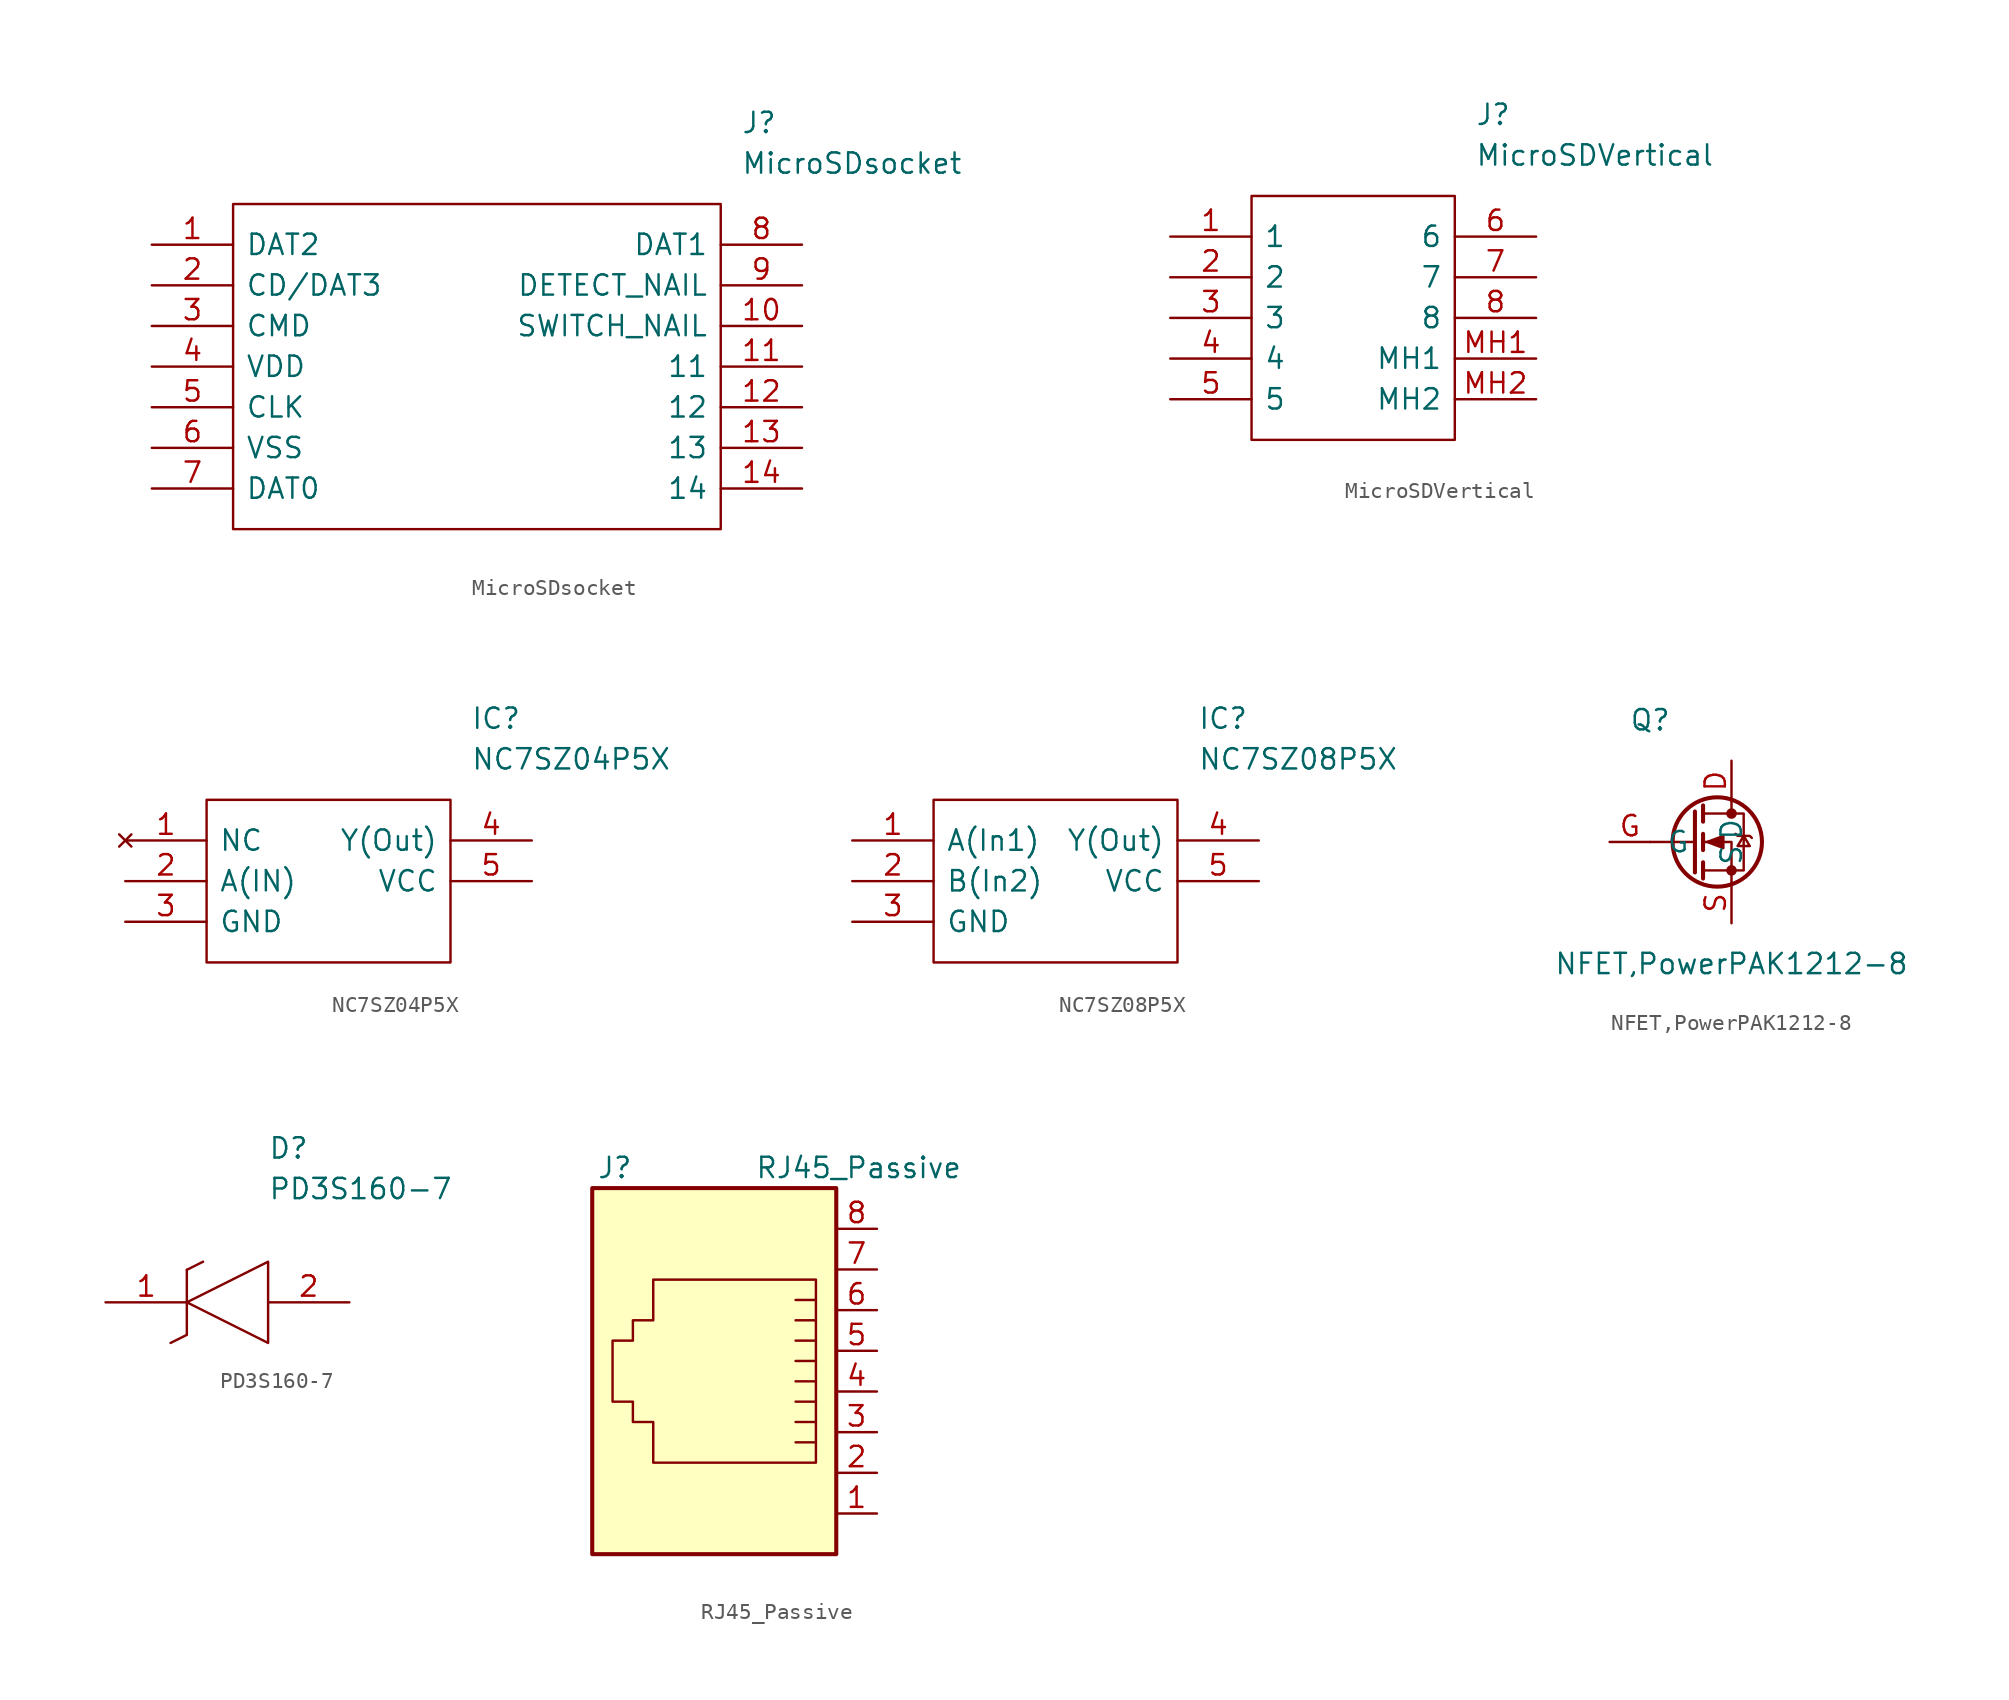
<source format=kicad_sym>
(kicad_symbol_lib
  (version 20220914)
  (generator kicad_symbol_editor)
  (symbol "MicroSDsocket"
    (pin_names
      (offset 0.762))
    (property "Reference" "J"
      (at 36.83 7.62 0)
      (effects (font (size 1.27 1.27)) (justify left)))
    (property "Value" "MicroSDsocket"
      (at 36.83 5.08 0)
      (effects (font (size 1.27 1.27)) (justify left)))
    (symbol "MicroSDsocket_0_0"
      (pin passive line (at 0 0 0) (length 5.08) (name "DAT2" (effects (font (size 1.27 1.27)))) (number "1" (effects (font (size 1.27 1.27)))))
      (pin passive line (at 40.64 -5.08 180) (length 5.08) (name "SWITCH_NAIL" (effects (font (size 1.27 1.27)))) (number "10" (effects (font (size 1.27 1.27)))))
      (pin passive line (at 40.64 -7.62 180) (length 5.08) (name "11" (effects (font (size 1.27 1.27)))) (number "11" (effects (font (size 1.27 1.27)))))
      (pin passive line (at 40.64 -10.16 180) (length 5.08) (name "12" (effects (font (size 1.27 1.27)))) (number "12" (effects (font (size 1.27 1.27)))))
      (pin passive line (at 40.64 -12.7 180) (length 5.08) (name "13" (effects (font (size 1.27 1.27)))) (number "13" (effects (font (size 1.27 1.27)))))
      (pin passive line (at 40.64 -15.24 180) (length 5.08) (name "14" (effects (font (size 1.27 1.27)))) (number "14" (effects (font (size 1.27 1.27)))))
      (pin passive line (at 0 -2.54 0) (length 5.08) (name "CD/DAT3" (effects (font (size 1.27 1.27)))) (number "2" (effects (font (size 1.27 1.27)))))
      (pin passive line (at 0 -5.08 0) (length 5.08) (name "CMD" (effects (font (size 1.27 1.27)))) (number "3" (effects (font (size 1.27 1.27)))))
      (pin passive line (at 0 -7.62 0) (length 5.08) (name "VDD" (effects (font (size 1.27 1.27)))) (number "4" (effects (font (size 1.27 1.27)))))
      (pin passive line (at 0 -10.16 0) (length 5.08) (name "CLK" (effects (font (size 1.27 1.27)))) (number "5" (effects (font (size 1.27 1.27)))))
      (pin passive line (at 0 -12.7 0) (length 5.08) (name "VSS" (effects (font (size 1.27 1.27)))) (number "6" (effects (font (size 1.27 1.27)))))
      (pin passive line (at 0 -15.24 0) (length 5.08) (name "DAT0" (effects (font (size 1.27 1.27)))) (number "7" (effects (font (size 1.27 1.27)))))
      (pin passive line (at 40.64 0 180) (length 5.08) (name "DAT1" (effects (font (size 1.27 1.27)))) (number "8" (effects (font (size 1.27 1.27)))))
      (pin passive line (at 40.64 -2.54 180) (length 5.08) (name "DETECT_NAIL" (effects (font (size 1.27 1.27)))) (number "9" (effects (font (size 1.27 1.27))))))
    (symbol "MicroSDsocket_0_1"
      (polyline (pts (xy 5.08 2.54) (xy 35.56 2.54) (xy 35.56 -17.78) (xy 5.08 -17.78) (xy 5.08 2.54)) (stroke (width 0.152) (type default)) (fill (type none)))))
  (symbol "MicroSDVertical"
    (pin_names
      (offset 0.762))
    (property "Reference" "J"
      (at 19.05 7.62 0)
      (effects (font (size 1.27 1.27)) (justify left)))
    (property "Value" "MicroSDVertical"
      (at 19.05 5.08 0)
      (effects (font (size 1.27 1.27)) (justify left)))
    (symbol "MicroSDVertical_0_0"
      (pin passive line (at 0 0 0) (length 5.08) (name "1" (effects (font (size 1.27 1.27)))) (number "1" (effects (font (size 1.27 1.27)))))
      (pin passive line (at 0 -2.54 0) (length 5.08) (name "2" (effects (font (size 1.27 1.27)))) (number "2" (effects (font (size 1.27 1.27)))))
      (pin passive line (at 0 -5.08 0) (length 5.08) (name "3" (effects (font (size 1.27 1.27)))) (number "3" (effects (font (size 1.27 1.27)))))
      (pin passive line (at 0 -7.62 0) (length 5.08) (name "4" (effects (font (size 1.27 1.27)))) (number "4" (effects (font (size 1.27 1.27)))))
      (pin passive line (at 0 -10.16 0) (length 5.08) (name "5" (effects (font (size 1.27 1.27)))) (number "5" (effects (font (size 1.27 1.27)))))
      (pin passive line (at 22.86 0 180) (length 5.08) (name "6" (effects (font (size 1.27 1.27)))) (number "6" (effects (font (size 1.27 1.27)))))
      (pin passive line (at 22.86 -2.54 180) (length 5.08) (name "7" (effects (font (size 1.27 1.27)))) (number "7" (effects (font (size 1.27 1.27)))))
      (pin passive line (at 22.86 -5.08 180) (length 5.08) (name "8" (effects (font (size 1.27 1.27)))) (number "8" (effects (font (size 1.27 1.27)))))
      (pin passive line (at 22.86 -7.62 180) (length 5.08) (name "MH1" (effects (font (size 1.27 1.27)))) (number "MH1" (effects (font (size 1.27 1.27)))))
      (pin passive line (at 22.86 -10.16 180) (length 5.08) (name "MH2" (effects (font (size 1.27 1.27)))) (number "MH2" (effects (font (size 1.27 1.27))))))
    (symbol "MicroSDVertical_0_1"
      (polyline (pts (xy 5.08 2.54) (xy 17.78 2.54) (xy 17.78 -12.7) (xy 5.08 -12.7) (xy 5.08 2.54)) (stroke (width 0.152) (type default)) (fill (type none)))))
  (symbol "NC7SZ04P5X"
    (pin_names
      (offset 0.762))
    (property "Reference" "IC"
      (at 21.59 7.62 0)
      (effects (font (size 1.27 1.27)) (justify left)))
    (property "Value" "NC7SZ04P5X"
      (at 21.59 5.08 0)
      (effects (font (size 1.27 1.27)) (justify left)))
    (symbol "NC7SZ04P5X_0_0"
      (pin no_connect line (at 0 0 0) (length 5.08) (name "NC" (effects (font (size 1.27 1.27)))) (number "1" (effects (font (size 1.27 1.27)))))
      (pin unspecified line (at 0 -2.54 0) (length 5.08) (name "A(IN)" (effects (font (size 1.27 1.27)))) (number "2" (effects (font (size 1.27 1.27)))))
      (pin power_in line (at 0 -5.08 0) (length 5.08) (name "GND" (effects (font (size 1.27 1.27)))) (number "3" (effects (font (size 1.27 1.27)))))
      (pin unspecified line (at 25.4 0 180) (length 5.08) (name "Y(Out)" (effects (font (size 1.27 1.27)))) (number "4" (effects (font (size 1.27 1.27)))))
      (pin power_in line (at 25.4 -2.54 180) (length 5.08) (name "VCC" (effects (font (size 1.27 1.27)))) (number "5" (effects (font (size 1.27 1.27))))))
    (symbol "NC7SZ04P5X_0_1"
      (polyline (pts (xy 5.08 2.54) (xy 20.32 2.54) (xy 20.32 -7.62) (xy 5.08 -7.62) (xy 5.08 2.54)) (stroke (width 0.152) (type default)) (fill (type none)))))
  (symbol "NC7SZ08P5X"
    (pin_names
      (offset 0.762))
    (property "Reference" "IC"
      (at 21.59 7.62 0)
      (effects (font (size 1.27 1.27)) (justify left)))
    (property "Value" "NC7SZ08P5X"
      (at 21.59 5.08 0)
      (effects (font (size 1.27 1.27)) (justify left)))
    (symbol "NC7SZ08P5X_0_0"
      (pin unspecified line (at 0 0 0) (length 5.08) (name "A(In1)" (effects (font (size 1.27 1.27)))) (number "1" (effects (font (size 1.27 1.27)))))
      (pin unspecified line (at 0 -2.54 0) (length 5.08) (name "B(In2)" (effects (font (size 1.27 1.27)))) (number "2" (effects (font (size 1.27 1.27)))))
      (pin unspecified line (at 0 -5.08 0) (length 5.08) (name "GND" (effects (font (size 1.27 1.27)))) (number "3" (effects (font (size 1.27 1.27)))))
      (pin unspecified line (at 25.4 0 180) (length 5.08) (name "Y(Out)" (effects (font (size 1.27 1.27)))) (number "4" (effects (font (size 1.27 1.27)))))
      (pin unspecified line (at 25.4 -2.54 180) (length 5.08) (name "VCC" (effects (font (size 1.27 1.27)))) (number "5" (effects (font (size 1.27 1.27))))))
    (symbol "NC7SZ08P5X_0_1"
      (polyline (pts (xy 5.08 2.54) (xy 20.32 2.54) (xy 20.32 -7.62) (xy 5.08 -7.62) (xy 5.08 2.54)) (stroke (width 0.152) (type default)) (fill (type none)))))
  (symbol "NFET,PowerPAK1212-8"
    (pin_names
      (offset 1.016))
    (property "Reference" "Q"
      (at -5.08 7.62 0)
      (effects (font (size 1.27 1.27))))
    (property "Value" "NFET,PowerPAK1212-8"
      (at 0 -7.62 0)
      (effects (font (size 1.27 1.27))))
    (symbol "NFET,PowerPAK1212-8_1_1"
      (circle (center -0.889 0) (radius 2.794) (stroke (width 0.254) (type default)) (fill (type none)))
      (circle (center 0 -1.778) (radius 0.254) (stroke (width 0) (type default)) (fill (type outline)))
      (polyline (pts (xy -2.286 0) (xy -5.08 0)) (stroke (width 0) (type default)) (fill (type none)))
      (polyline (pts (xy -2.286 1.905) (xy -2.286 -1.905)) (stroke (width 0.254) (type default)) (fill (type none)))
      (polyline (pts (xy -1.778 -1.27) (xy -1.778 -2.286)) (stroke (width 0.254) (type default)) (fill (type none)))
      (polyline (pts (xy -1.778 0.508) (xy -1.778 -0.508)) (stroke (width 0.254) (type default)) (fill (type none)))
      (polyline (pts (xy -1.778 2.286) (xy -1.778 1.27)) (stroke (width 0.254) (type default)) (fill (type none)))
      (polyline (pts (xy 0 2.54) (xy 0 1.778)) (stroke (width 0) (type default)) (fill (type none)))
      (polyline (pts (xy 0 -2.54) (xy 0 0) (xy -1.778 0)) (stroke (width 0) (type default)) (fill (type none)))
      (polyline (pts (xy -1.778 -1.778) (xy 0.762 -1.778) (xy 0.762 1.778) (xy -1.778 1.778)) (stroke (width 0) (type default)) (fill (type none)))
      (polyline (pts (xy -1.524 0) (xy -0.508 0.381) (xy -0.508 -0.381) (xy -1.524 0)) (stroke (width 0) (type default)) (fill (type outline)))
      (polyline (pts (xy 0.254 0.508) (xy 0.381 0.381) (xy 1.143 0.381) (xy 1.27 0.254)) (stroke (width 0) (type default)) (fill (type none)))
      (polyline (pts (xy 0.762 0.381) (xy 0.381 -0.254) (xy 1.143 -0.254) (xy 0.762 0.381)) (stroke (width 0) (type default)) (fill (type none)))
      (circle (center 0 1.778) (radius 0.254) (stroke (width 0) (type default)) (fill (type outline)))
      (pin passive line (at 0 5.08 270) (length 2.54) (name "D" (effects (font (size 1.27 1.27)))) (number "D" (effects (font (size 1.27 1.27)))))
      (pin passive line (at -7.62 0 0) (length 2.54) (name "G" (effects (font (size 1.27 1.27)))) (number "G" (effects (font (size 1.27 1.27)))))
      (pin passive line (at 0 -5.08 90) (length 2.54) (name "S" (effects (font (size 1.27 1.27)))) (number "S" (effects (font (size 1.27 1.27)))))))
  (symbol "PD3S160-7"
    (pin_names
      (offset 0.762))
    (property "Reference" "D"
      (at 10.16 8.89 0)
      (effects (font (size 1.27 1.27)) (justify left bottom)))
    (property "Value" "PD3S160-7"
      (at 10.16 6.35 0)
      (effects (font (size 1.27 1.27)) (justify left bottom)))
    (symbol "PD3S160-7_0_0"
      (pin unspecified line (at 0 0 0) (length 5.08) (name "~" (effects (font (size 1.27 1.27)))) (number "1" (effects (font (size 1.27 1.27)))))
      (pin unspecified line (at 15.24 0 180) (length 5.08) (name "~" (effects (font (size 1.27 1.27)))) (number "2" (effects (font (size 1.27 1.27))))))
    (symbol "PD3S160-7_0_1"
      (polyline (pts (xy 4.064 -2.54) (xy 5.08 -2.032)) (stroke (width 0.152) (type default)) (fill (type none)))
      (polyline (pts (xy 5.08 2.032) (xy 5.08 -2.032)) (stroke (width 0.152) (type default)) (fill (type none)))
      (polyline (pts (xy 5.08 2.032) (xy 6.096 2.54)) (stroke (width 0.152) (type default)) (fill (type none)))
      (polyline (pts (xy 5.08 0) (xy 10.16 2.54) (xy 10.16 -2.54) (xy 5.08 0)) (stroke (width 0.152) (type default)) (fill (type none)))))
  (symbol "RJ45_Passive"
    (pin_names
      (offset 1.016))
    (property "Reference" "J"
      (at -5.08 13.97 0)
      (effects (font (size 1.27 1.27)) (justify right)))
    (property "Value" "RJ45_Passive"
      (at 2.54 13.97 0)
      (effects (font (size 1.27 1.27)) (justify left)))
    (symbol "RJ45_Passive_0_1"
      (polyline (pts (xy 5.08 -3.175) (xy 6.35 -3.175)) (stroke (width 0) (type default)) (fill (type none)))
      (polyline (pts (xy 5.08 -1.905) (xy 6.35 -1.905)) (stroke (width 0) (type default)) (fill (type none)))
      (polyline (pts (xy 5.08 -0.635) (xy 6.35 -0.635) (xy 6.35 -0.635)) (stroke (width 0) (type default)) (fill (type none)))
      (polyline (pts (xy 6.35 0.635) (xy 5.08 0.635) (xy 5.08 0.635)) (stroke (width 0) (type default)) (fill (type none)))
      (polyline (pts (xy 6.35 1.905) (xy 5.08 1.905) (xy 5.08 1.905)) (stroke (width 0) (type default)) (fill (type none)))
      (polyline (pts (xy 6.35 3.175) (xy 5.08 3.175) (xy 5.08 3.175)) (stroke (width 0) (type default)) (fill (type none)))
      (polyline (pts (xy 6.35 4.445) (xy 5.08 4.445) (xy 5.08 4.445)) (stroke (width 0) (type default)) (fill (type none)))
      (polyline (pts (xy 6.35 5.715) (xy 5.08 5.715) (xy 5.08 5.715)) (stroke (width 0) (type default)) (fill (type none)))
      (polyline (pts (xy 6.35 6.985) (xy 6.35 -4.445) (xy -3.81 -4.445) (xy -3.81 -1.905) (xy -5.08 -1.905) (xy -5.08 -0.635) (xy -6.35 -0.635) (xy -6.35 3.175) (xy -5.08 3.175) (xy -5.08 4.445) (xy -3.81 4.445) (xy -3.81 6.985) (xy 6.35 6.985) (xy 6.35 6.985)) (stroke (width 0) (type default)) (fill (type none)))
      (rectangle (start 7.62 12.7) (end -7.62 -10.16) (stroke (width 0.254) (type default)) (fill (type background))))
    (symbol "RJ45_Passive_1_1"
      (pin passive line (at 10.16 -7.62 180) (length 2.54) (name "~" (effects (font (size 1.27 1.27)))) (number "1" (effects (font (size 1.27 1.27)))))
      (pin passive line (at 10.16 -5.08 180) (length 2.54) (name "~" (effects (font (size 1.27 1.27)))) (number "2" (effects (font (size 1.27 1.27)))))
      (pin passive line (at 10.16 -2.54 180) (length 2.54) (name "~" (effects (font (size 1.27 1.27)))) (number "3" (effects (font (size 1.27 1.27)))))
      (pin passive line (at 10.16 0 180) (length 2.54) (name "~" (effects (font (size 1.27 1.27)))) (number "4" (effects (font (size 1.27 1.27)))))
      (pin passive line (at 10.16 2.54 180) (length 2.54) (name "~" (effects (font (size 1.27 1.27)))) (number "5" (effects (font (size 1.27 1.27)))))
      (pin passive line (at 10.16 5.08 180) (length 2.54) (name "~" (effects (font (size 1.27 1.27)))) (number "6" (effects (font (size 1.27 1.27)))))
      (pin passive line (at 10.16 7.62 180) (length 2.54) (name "~" (effects (font (size 1.27 1.27)))) (number "7" (effects (font (size 1.27 1.27)))))
      (pin passive line (at 10.16 10.16 180) (length 2.54) (name "~" (effects (font (size 1.27 1.27)))) (number "8" (effects (font (size 1.27 1.27))))))))
</source>
